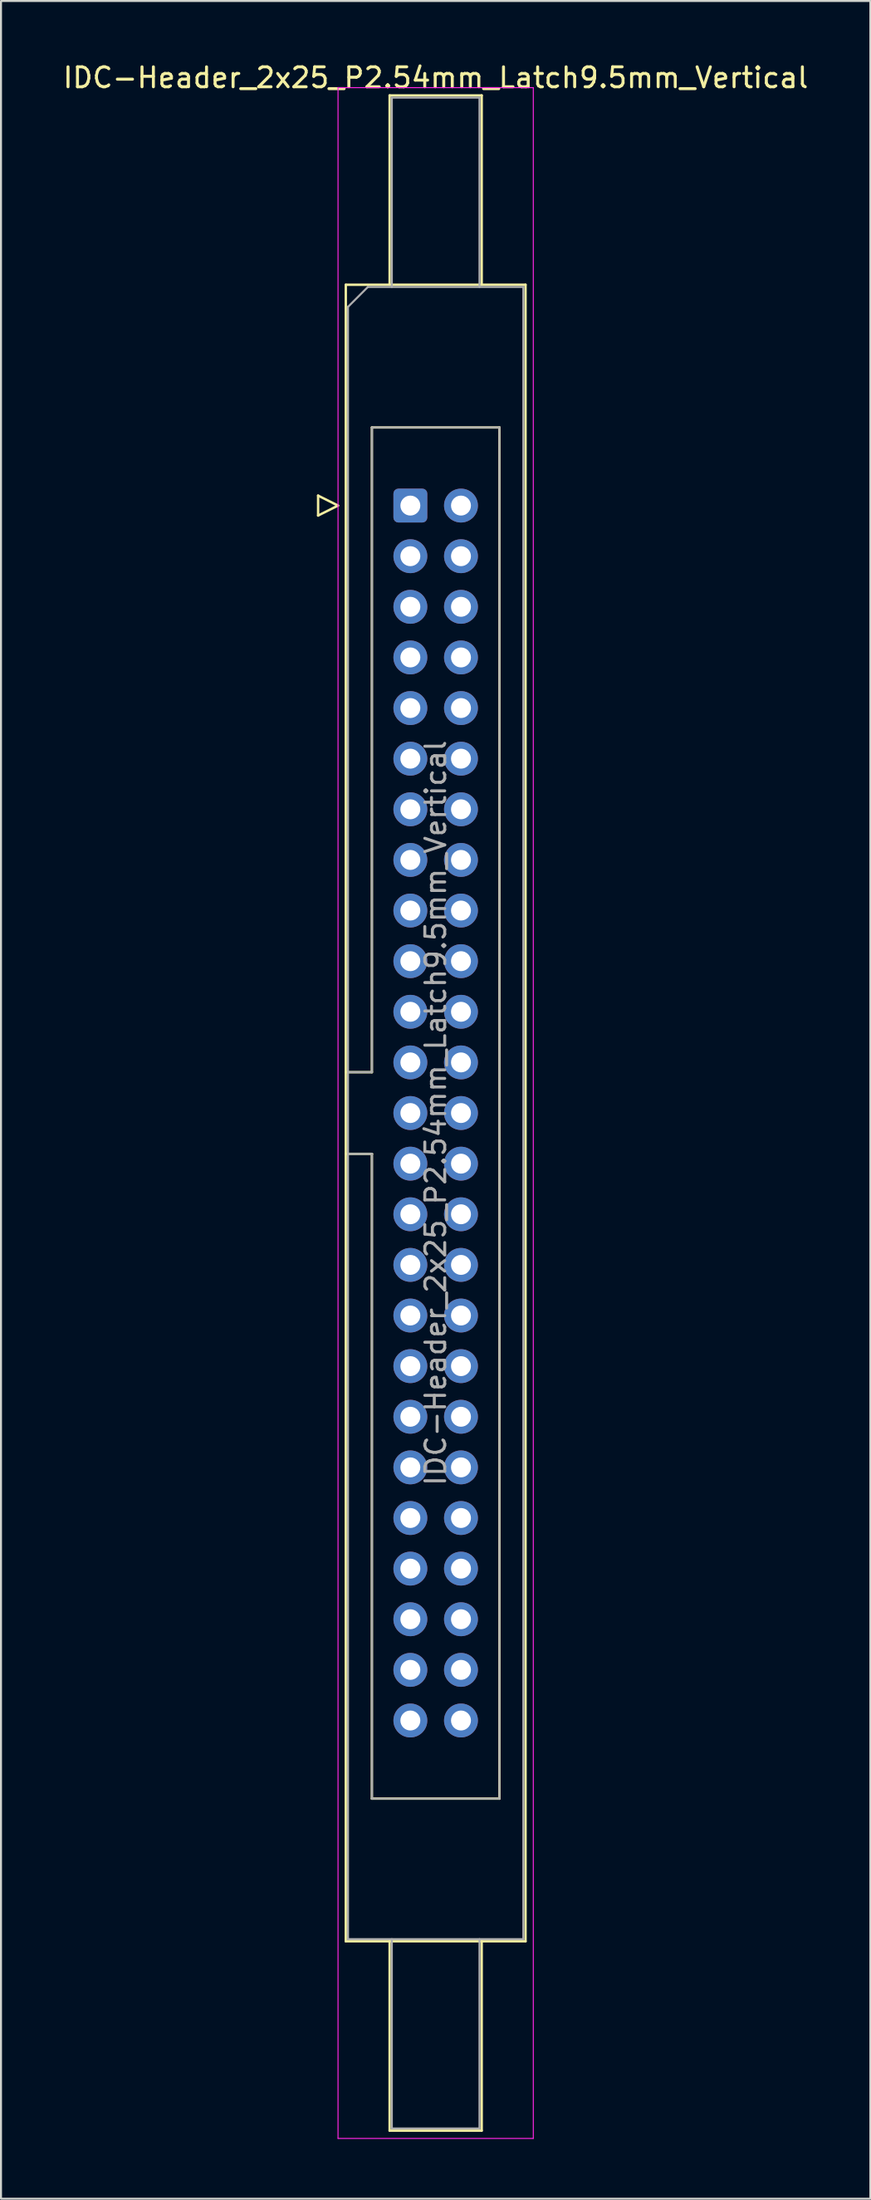
<source format=kicad_pcb>
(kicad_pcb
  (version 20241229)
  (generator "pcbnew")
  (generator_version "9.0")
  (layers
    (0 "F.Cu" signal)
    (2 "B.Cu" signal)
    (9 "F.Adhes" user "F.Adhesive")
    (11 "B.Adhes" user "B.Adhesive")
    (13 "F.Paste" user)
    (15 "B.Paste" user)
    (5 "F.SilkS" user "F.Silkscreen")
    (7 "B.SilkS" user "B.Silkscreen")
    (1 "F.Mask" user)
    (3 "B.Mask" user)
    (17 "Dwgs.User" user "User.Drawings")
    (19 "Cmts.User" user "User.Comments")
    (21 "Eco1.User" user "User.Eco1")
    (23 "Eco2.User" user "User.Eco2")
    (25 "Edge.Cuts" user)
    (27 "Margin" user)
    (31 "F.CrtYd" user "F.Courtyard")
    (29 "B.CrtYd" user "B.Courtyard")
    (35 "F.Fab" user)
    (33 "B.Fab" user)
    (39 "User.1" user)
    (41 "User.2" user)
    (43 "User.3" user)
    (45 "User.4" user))
  (footprint "IDC-Header_2x25_P2.54mm_Latch9.5mm_Vertical"
    (layer "F.Cu")
    (at 17.545 22.318)
    (property "Reference" "IDC-Header_2x25_P2.54mm_Latch9.5mm_Vertical" (at 1.27 -21.47 0) (layer "F.SilkS") (effects (font (size 1 1) (thickness 0.15))))
    (attr through_hole)
    (fp_line (start -4.63 -0.5) (end -4.63 0.5) (stroke (width 0.12) (type solid)) (layer "F.SilkS"))
    (fp_line (start -4.63 0.5) (end -3.63 0) (stroke (width 0.12) (type solid)) (layer "F.SilkS"))
    (fp_line (start -3.63 0) (end -4.63 -0.5) (stroke (width 0.12) (type solid)) (layer "F.SilkS"))
    (fp_line (start -3.24 -11.08) (end 5.78 -11.08) (stroke (width 0.12) (type solid)) (layer "F.SilkS"))
    (fp_line (start -3.24 28.43) (end -1.93 28.43) (stroke (width 0.12) (type solid)) (layer "F.SilkS"))
    (fp_line (start -3.24 72.04) (end -3.24 -11.08) (stroke (width 0.12) (type solid)) (layer "F.SilkS"))
    (fp_line (start -1.93 -3.92) (end 4.47 -3.92) (stroke (width 0.12) (type solid)) (layer "F.SilkS"))
    (fp_line (start -1.93 28.43) (end -1.93 -3.92) (stroke (width 0.12) (type solid)) (layer "F.SilkS"))
    (fp_line (start -1.93 32.53) (end -3.24 32.53) (stroke (width 0.12) (type solid)) (layer "F.SilkS"))
    (fp_line (start -1.93 32.53) (end -1.93 32.53) (stroke (width 0.12) (type solid)) (layer "F.SilkS"))
    (fp_line (start -1.93 64.88) (end -1.93 32.53) (stroke (width 0.12) (type solid)) (layer "F.SilkS"))
    (fp_line (start -1.04 -20.58) (end 3.58 -20.58) (stroke (width 0.12) (type solid)) (layer "F.SilkS"))
    (fp_line (start -1.04 -11.08) (end -1.04 -20.58) (stroke (width 0.12) (type solid)) (layer "F.SilkS"))
    (fp_line (start -1.04 72.04) (end -1.04 81.54) (stroke (width 0.12) (type solid)) (layer "F.SilkS"))
    (fp_line (start -1.04 81.54) (end 3.58 81.54) (stroke (width 0.12) (type solid)) (layer "F.SilkS"))
    (fp_line (start 3.58 -20.58) (end 3.58 -11.08) (stroke (width 0.12) (type solid)) (layer "F.SilkS"))
    (fp_line (start 3.58 81.54) (end 3.58 72.04) (stroke (width 0.12) (type solid)) (layer "F.SilkS"))
    (fp_line (start 4.47 -3.92) (end 4.47 64.88) (stroke (width 0.12) (type solid)) (layer "F.SilkS"))
    (fp_line (start 4.47 64.88) (end -1.93 64.88) (stroke (width 0.12) (type solid)) (layer "F.SilkS"))
    (fp_line (start 5.78 -11.08) (end 5.78 72.04) (stroke (width 0.12) (type solid)) (layer "F.SilkS"))
    (fp_line (start 5.78 72.04) (end -3.24 72.04) (stroke (width 0.12) (type solid)) (layer "F.SilkS"))
    (fp_line (start -3.63 -20.97) (end -3.63 81.93) (stroke (width 0.05) (type solid)) (layer "F.CrtYd"))
    (fp_line (start -3.63 81.93) (end 6.17 81.93) (stroke (width 0.05) (type solid)) (layer "F.CrtYd"))
    (fp_line (start 6.17 -20.97) (end -3.63 -20.97) (stroke (width 0.05) (type solid)) (layer "F.CrtYd"))
    (fp_line (start 6.17 81.93) (end 6.17 -20.97) (stroke (width 0.05) (type solid)) (layer "F.CrtYd"))
    (fp_line (start -3.13 -9.97) (end -2.13 -10.97) (stroke (width 0.1) (type solid)) (layer "F.Fab"))
    (fp_line (start -3.13 28.43) (end -1.93 28.43) (stroke (width 0.1) (type solid)) (layer "F.Fab"))
    (fp_line (start -3.13 71.93) (end -3.13 -9.97) (stroke (width 0.1) (type solid)) (layer "F.Fab"))
    (fp_line (start -2.13 -10.97) (end 5.67 -10.97) (stroke (width 0.1) (type solid)) (layer "F.Fab"))
    (fp_line (start -1.93 -3.92) (end 4.47 -3.92) (stroke (width 0.1) (type solid)) (layer "F.Fab"))
    (fp_line (start -1.93 28.43) (end -1.93 -3.92) (stroke (width 0.1) (type solid)) (layer "F.Fab"))
    (fp_line (start -1.93 32.53) (end -3.13 32.53) (stroke (width 0.1) (type solid)) (layer "F.Fab"))
    (fp_line (start -1.93 32.53) (end -1.93 32.53) (stroke (width 0.1) (type solid)) (layer "F.Fab"))
    (fp_line (start -1.93 64.88) (end -1.93 32.53) (stroke (width 0.1) (type solid)) (layer "F.Fab"))
    (fp_line (start -0.93 -20.47) (end 3.47 -20.47) (stroke (width 0.1) (type solid)) (layer "F.Fab"))
    (fp_line (start -0.93 -10.97) (end -0.93 -20.47) (stroke (width 0.1) (type solid)) (layer "F.Fab"))
    (fp_line (start -0.93 71.93) (end -0.93 81.43) (stroke (width 0.1) (type solid)) (layer "F.Fab"))
    (fp_line (start -0.93 81.43) (end 3.47 81.43) (stroke (width 0.1) (type solid)) (layer "F.Fab"))
    (fp_line (start 3.47 -20.47) (end 3.47 -10.97) (stroke (width 0.1) (type solid)) (layer "F.Fab"))
    (fp_line (start 3.47 81.43) (end 3.47 71.93) (stroke (width 0.1) (type solid)) (layer "F.Fab"))
    (fp_line (start 4.47 -3.92) (end 4.47 64.88) (stroke (width 0.1) (type solid)) (layer "F.Fab"))
    (fp_line (start 4.47 64.88) (end -1.93 64.88) (stroke (width 0.1) (type solid)) (layer "F.Fab"))
    (fp_line (start 5.67 -10.97) (end 5.67 71.93) (stroke (width 0.1) (type solid)) (layer "F.Fab"))
    (fp_line (start 5.67 71.93) (end -3.13 71.93) (stroke (width 0.1) (type solid)) (layer "F.Fab"))
    (fp_text user "${REFERENCE}" (at 1.27 30.48 90) (layer "F.Fab") (effects (font (size 1 1) (thickness 0.15))))
    (pad "1" thru_hole roundrect (at 0 0) (size 1.7 1.7) (drill 1) (layers "*.Cu" "*.Mask") (roundrect_rratio 0.147))
    (pad "2" thru_hole circle (at 2.54 0) (size 1.7 1.7) (drill 1) (layers "*.Cu" "*.Mask"))
    (pad "3" thru_hole circle (at 0 2.54) (size 1.7 1.7) (drill 1) (layers "*.Cu" "*.Mask"))
    (pad "4" thru_hole circle (at 2.54 2.54) (size 1.7 1.7) (drill 1) (layers "*.Cu" "*.Mask"))
    (pad "5" thru_hole circle (at 0 5.08) (size 1.7 1.7) (drill 1) (layers "*.Cu" "*.Mask"))
    (pad "6" thru_hole circle (at 2.54 5.08) (size 1.7 1.7) (drill 1) (layers "*.Cu" "*.Mask"))
    (pad "7" thru_hole circle (at 0 7.62) (size 1.7 1.7) (drill 1) (layers "*.Cu" "*.Mask"))
    (pad "8" thru_hole circle (at 2.54 7.62) (size 1.7 1.7) (drill 1) (layers "*.Cu" "*.Mask"))
    (pad "9" thru_hole circle (at 0 10.16) (size 1.7 1.7) (drill 1) (layers "*.Cu" "*.Mask"))
    (pad "10" thru_hole circle (at 2.54 10.16) (size 1.7 1.7) (drill 1) (layers "*.Cu" "*.Mask"))
    (pad "11" thru_hole circle (at 0 12.7) (size 1.7 1.7) (drill 1) (layers "*.Cu" "*.Mask"))
    (pad "12" thru_hole circle (at 2.54 12.7) (size 1.7 1.7) (drill 1) (layers "*.Cu" "*.Mask"))
    (pad "13" thru_hole circle (at 0 15.24) (size 1.7 1.7) (drill 1) (layers "*.Cu" "*.Mask"))
    (pad "14" thru_hole circle (at 2.54 15.24) (size 1.7 1.7) (drill 1) (layers "*.Cu" "*.Mask"))
    (pad "15" thru_hole circle (at 0 17.78) (size 1.7 1.7) (drill 1) (layers "*.Cu" "*.Mask"))
    (pad "16" thru_hole circle (at 2.54 17.78) (size 1.7 1.7) (drill 1) (layers "*.Cu" "*.Mask"))
    (pad "17" thru_hole circle (at 0 20.32) (size 1.7 1.7) (drill 1) (layers "*.Cu" "*.Mask"))
    (pad "18" thru_hole circle (at 2.54 20.32) (size 1.7 1.7) (drill 1) (layers "*.Cu" "*.Mask"))
    (pad "19" thru_hole circle (at 0 22.86) (size 1.7 1.7) (drill 1) (layers "*.Cu" "*.Mask"))
    (pad "20" thru_hole circle (at 2.54 22.86) (size 1.7 1.7) (drill 1) (layers "*.Cu" "*.Mask"))
    (pad "21" thru_hole circle (at 0 25.4) (size 1.7 1.7) (drill 1) (layers "*.Cu" "*.Mask"))
    (pad "22" thru_hole circle (at 2.54 25.4) (size 1.7 1.7) (drill 1) (layers "*.Cu" "*.Mask"))
    (pad "23" thru_hole circle (at 0 27.94) (size 1.7 1.7) (drill 1) (layers "*.Cu" "*.Mask"))
    (pad "24" thru_hole circle (at 2.54 27.94) (size 1.7 1.7) (drill 1) (layers "*.Cu" "*.Mask"))
    (pad "25" thru_hole circle (at 0 30.48) (size 1.7 1.7) (drill 1) (layers "*.Cu" "*.Mask"))
    (pad "26" thru_hole circle (at 2.54 30.48) (size 1.7 1.7) (drill 1) (layers "*.Cu" "*.Mask"))
    (pad "27" thru_hole circle (at 0 33.02) (size 1.7 1.7) (drill 1) (layers "*.Cu" "*.Mask"))
    (pad "28" thru_hole circle (at 2.54 33.02) (size 1.7 1.7) (drill 1) (layers "*.Cu" "*.Mask"))
    (pad "29" thru_hole circle (at 0 35.56) (size 1.7 1.7) (drill 1) (layers "*.Cu" "*.Mask"))
    (pad "30" thru_hole circle (at 2.54 35.56) (size 1.7 1.7) (drill 1) (layers "*.Cu" "*.Mask"))
    (pad "31" thru_hole circle (at 0 38.1) (size 1.7 1.7) (drill 1) (layers "*.Cu" "*.Mask"))
    (pad "32" thru_hole circle (at 2.54 38.1) (size 1.7 1.7) (drill 1) (layers "*.Cu" "*.Mask"))
    (pad "33" thru_hole circle (at 0 40.64) (size 1.7 1.7) (drill 1) (layers "*.Cu" "*.Mask"))
    (pad "34" thru_hole circle (at 2.54 40.64) (size 1.7 1.7) (drill 1) (layers "*.Cu" "*.Mask"))
    (pad "35" thru_hole circle (at 0 43.18) (size 1.7 1.7) (drill 1) (layers "*.Cu" "*.Mask"))
    (pad "36" thru_hole circle (at 2.54 43.18) (size 1.7 1.7) (drill 1) (layers "*.Cu" "*.Mask"))
    (pad "37" thru_hole circle (at 0 45.72) (size 1.7 1.7) (drill 1) (layers "*.Cu" "*.Mask"))
    (pad "38" thru_hole circle (at 2.54 45.72) (size 1.7 1.7) (drill 1) (layers "*.Cu" "*.Mask"))
    (pad "39" thru_hole circle (at 0 48.26) (size 1.7 1.7) (drill 1) (layers "*.Cu" "*.Mask"))
    (pad "40" thru_hole circle (at 2.54 48.26) (size 1.7 1.7) (drill 1) (layers "*.Cu" "*.Mask"))
    (pad "41" thru_hole circle (at 0 50.8) (size 1.7 1.7) (drill 1) (layers "*.Cu" "*.Mask"))
    (pad "42" thru_hole circle (at 2.54 50.8) (size 1.7 1.7) (drill 1) (layers "*.Cu" "*.Mask"))
    (pad "43" thru_hole circle (at 0 53.34) (size 1.7 1.7) (drill 1) (layers "*.Cu" "*.Mask"))
    (pad "44" thru_hole circle (at 2.54 53.34) (size 1.7 1.7) (drill 1) (layers "*.Cu" "*.Mask"))
    (pad "45" thru_hole circle (at 0 55.88) (size 1.7 1.7) (drill 1) (layers "*.Cu" "*.Mask"))
    (pad "46" thru_hole circle (at 2.54 55.88) (size 1.7 1.7) (drill 1) (layers "*.Cu" "*.Mask"))
    (pad "47" thru_hole circle (at 0 58.42) (size 1.7 1.7) (drill 1) (layers "*.Cu" "*.Mask"))
    (pad "48" thru_hole circle (at 2.54 58.42) (size 1.7 1.7) (drill 1) (layers "*.Cu" "*.Mask"))
    (pad "49" thru_hole circle (at 0 60.96) (size 1.7 1.7) (drill 1) (layers "*.Cu" "*.Mask"))
    (pad "50" thru_hole circle (at 2.54 60.96) (size 1.7 1.7) (drill 1) (layers "*.Cu" "*.Mask")))
  (gr_rect
    (start -3 -3)
    (end 40.631 107.273)
    (stroke (width 0.1) (type default))
    (fill no)
    (layer "Edge.Cuts")))
</source>
